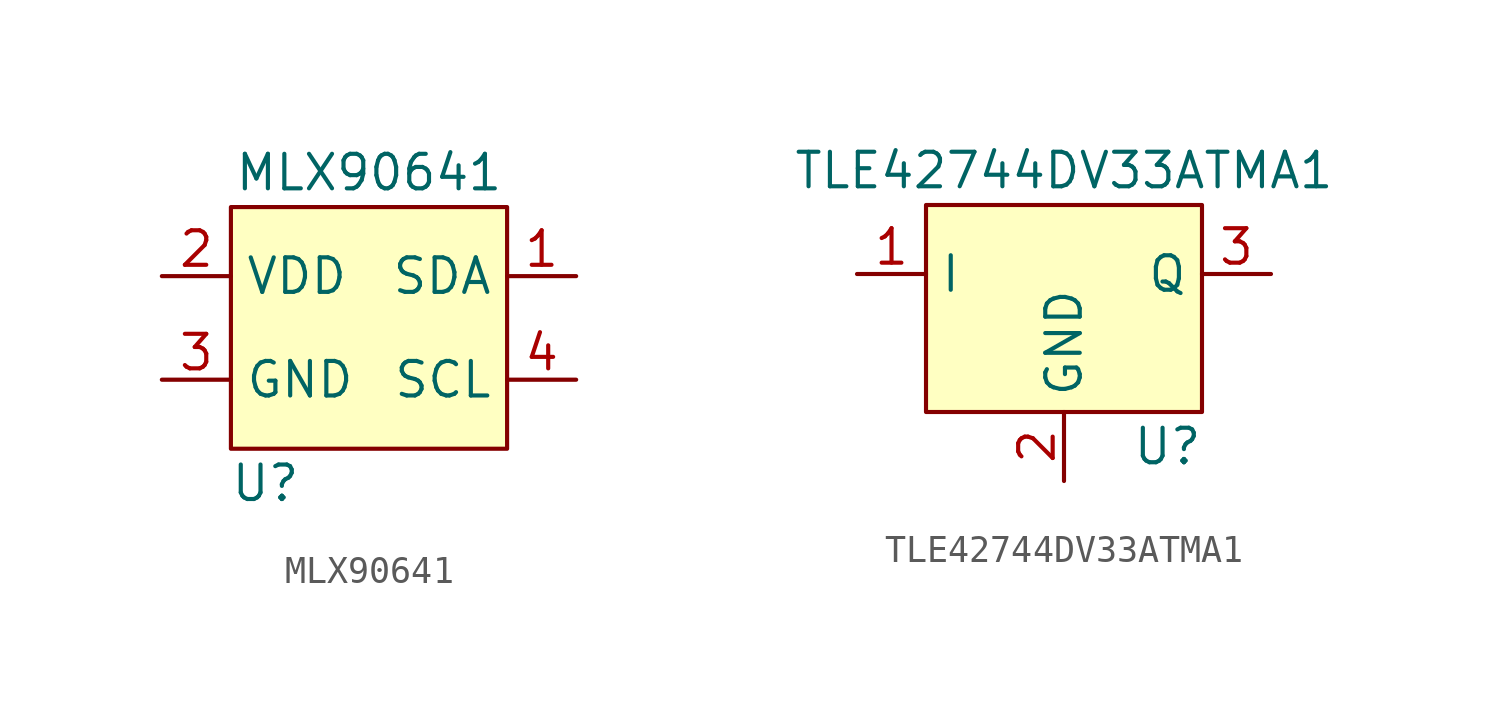
<source format=kicad_sym>
(kicad_symbol_lib
  (version 20211014)
  (generator kicad_symbol_editor)
  (symbol "MLX90641"
    (property "Reference" "U"
      (at -3.81 -6.35 0)
      (effects (font (size 1.27 1.27))))
    (property "Value" "MLX90641"
      (at 0 5.08 0)
      (effects (font (size 1.27 1.27))))
    (symbol "MLX90641_0_0"
      (pin bidirectional line (at 7.62 1.27 180) (length 2.54) (name "SDA" (effects (font (size 1.27 1.27)))) (number "1" (effects (font (size 1.27 1.27)))))
      (pin power_in line (at -7.62 1.27 0) (length 2.54) (name "VDD" (effects (font (size 1.27 1.27)))) (number "2" (effects (font (size 1.27 1.27)))))
      (pin power_out line (at -7.62 -2.54 0) (length 2.54) (name "GND" (effects (font (size 1.27 1.27)))) (number "3" (effects (font (size 1.27 1.27)))))
      (pin bidirectional line (at 7.62 -2.54 180) (length 2.54) (name "SCL" (effects (font (size 1.27 1.27)))) (number "4" (effects (font (size 1.27 1.27))))))
    (symbol "MLX90641_0_1"
      (rectangle (start -5.08 3.81) (end 5.08 -5.08) (stroke (width 0) (type default) (color 0 0 0 0)) (fill (type background)))))
  (symbol "TLE42744DV33ATMA1"
    (property "Reference" "U"
      (at 3.81 -5.08 0)
      (effects (font (size 1.27 1.27))))
    (property "Value" "TLE42744DV33ATMA1"
      (at 0 5.08 0)
      (effects (font (size 1.27 1.27))))
    (symbol "TLE42744DV33ATMA1_0_0"
      (pin power_out line (at -7.62 1.27 0) (length 2.54) (name "I" (effects (font (size 1.27 1.27)))) (number "1" (effects (font (size 1.27 1.27)))))
      (pin power_out line (at 0 -6.35 90) (length 2.54) (name "GND" (effects (font (size 1.27 1.27)))) (number "2" (effects (font (size 1.27 1.27)))))
      (pin power_out line (at 7.62 1.27 180) (length 2.54) (name "Q" (effects (font (size 1.27 1.27)))) (number "3" (effects (font (size 1.27 1.27))))))
    (symbol "TLE42744DV33ATMA1_0_1"
      (rectangle (start -5.08 3.81) (end 5.08 -3.81) (stroke (width 0) (type default) (color 0 0 0 0)) (fill (type background))))))
</source>
